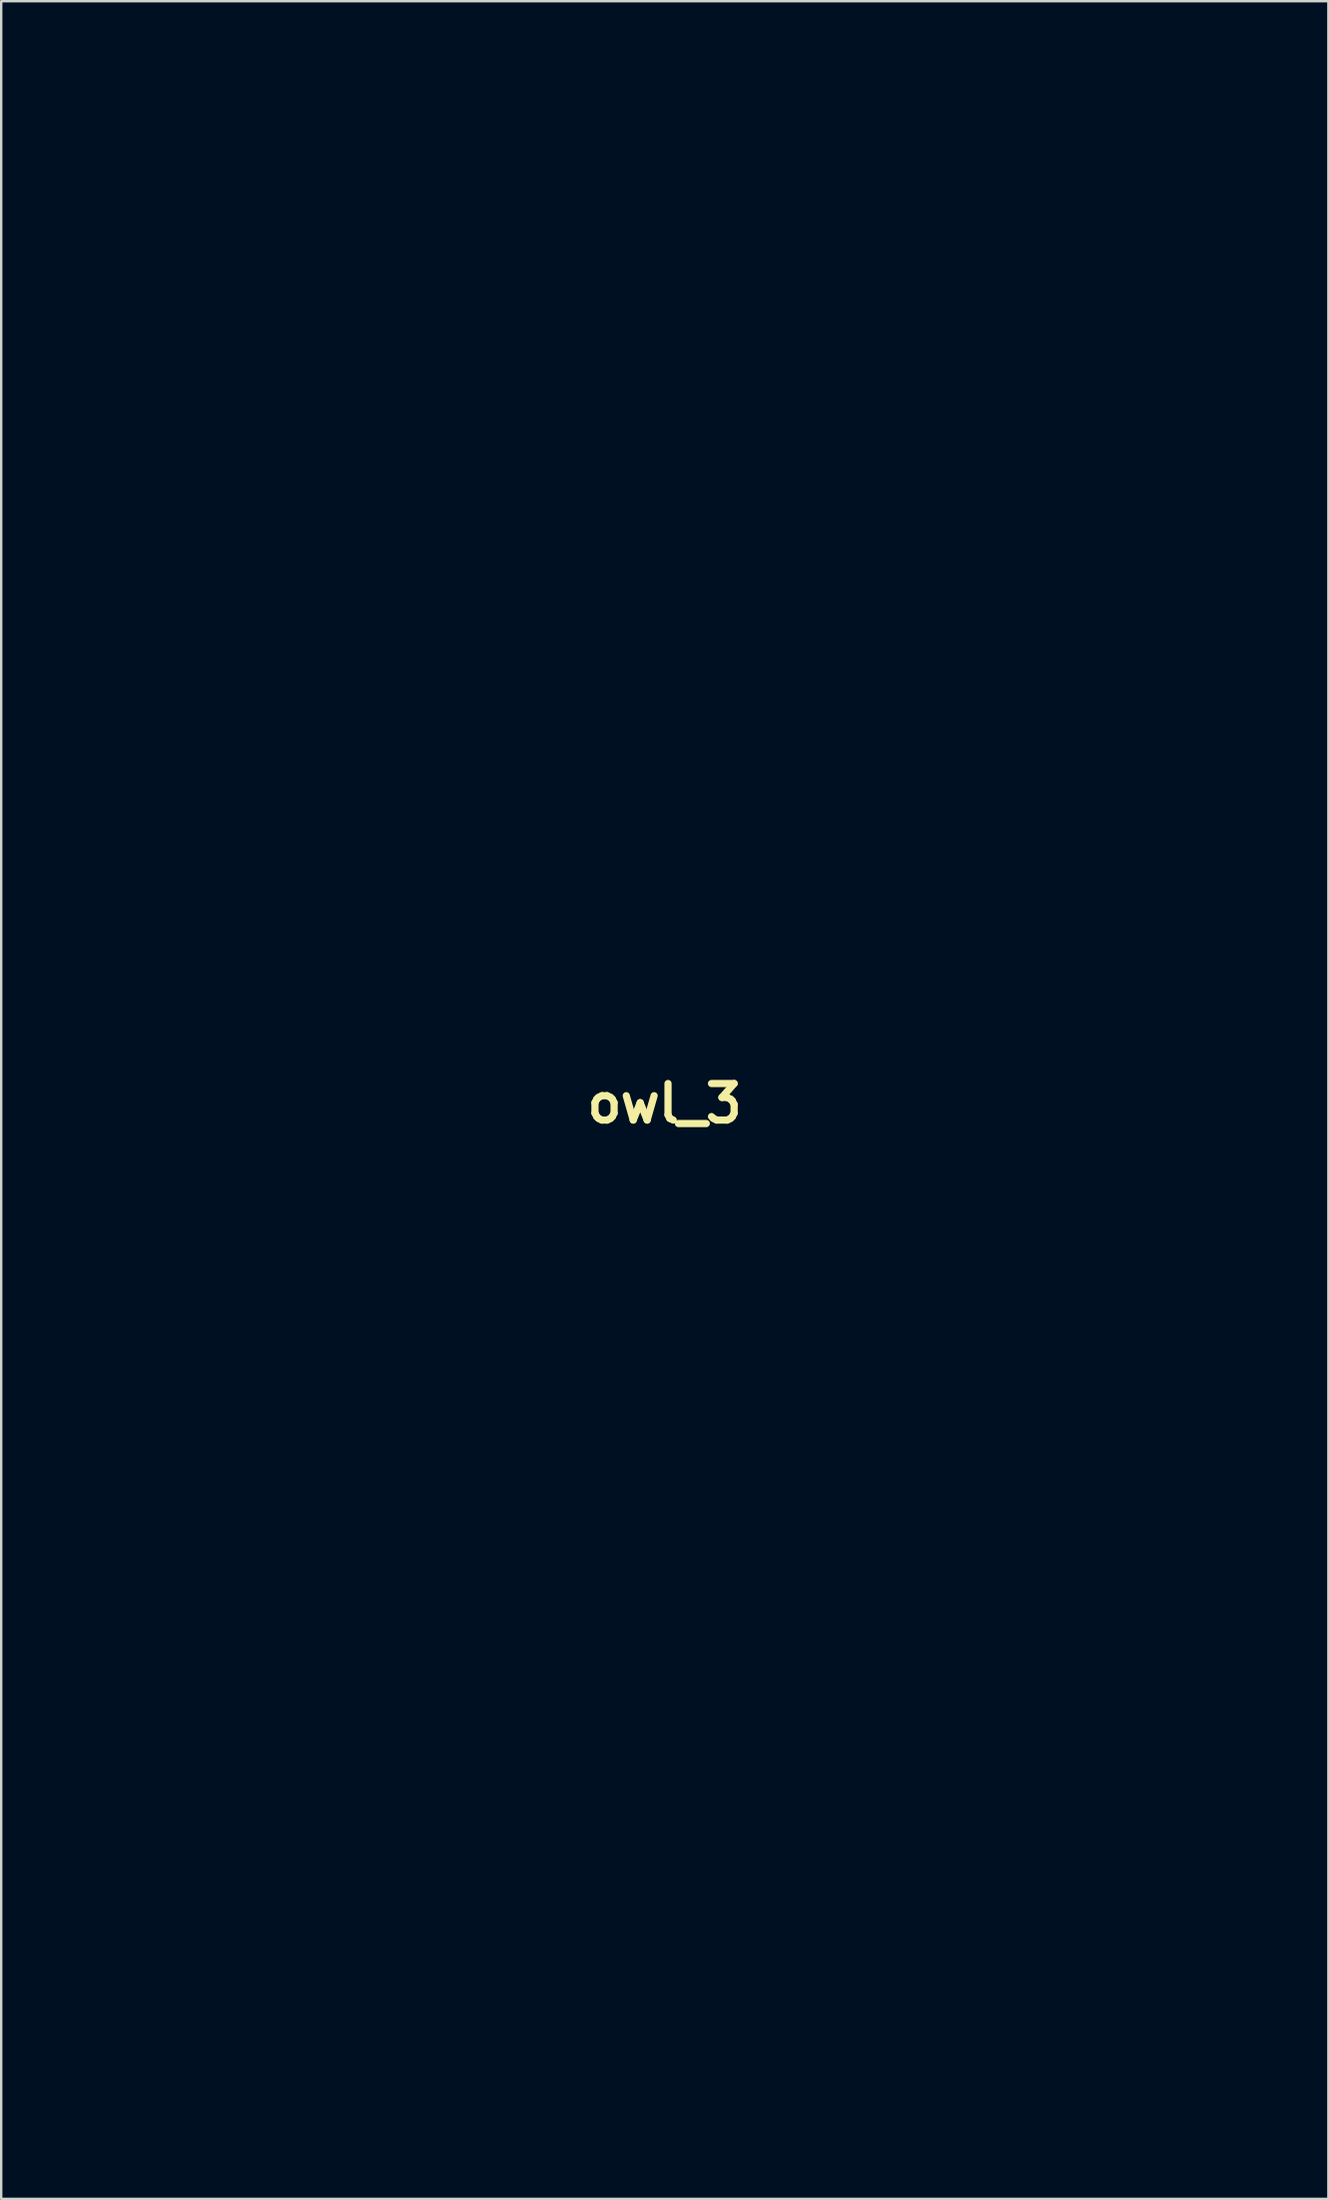
<source format=kicad_pcb>
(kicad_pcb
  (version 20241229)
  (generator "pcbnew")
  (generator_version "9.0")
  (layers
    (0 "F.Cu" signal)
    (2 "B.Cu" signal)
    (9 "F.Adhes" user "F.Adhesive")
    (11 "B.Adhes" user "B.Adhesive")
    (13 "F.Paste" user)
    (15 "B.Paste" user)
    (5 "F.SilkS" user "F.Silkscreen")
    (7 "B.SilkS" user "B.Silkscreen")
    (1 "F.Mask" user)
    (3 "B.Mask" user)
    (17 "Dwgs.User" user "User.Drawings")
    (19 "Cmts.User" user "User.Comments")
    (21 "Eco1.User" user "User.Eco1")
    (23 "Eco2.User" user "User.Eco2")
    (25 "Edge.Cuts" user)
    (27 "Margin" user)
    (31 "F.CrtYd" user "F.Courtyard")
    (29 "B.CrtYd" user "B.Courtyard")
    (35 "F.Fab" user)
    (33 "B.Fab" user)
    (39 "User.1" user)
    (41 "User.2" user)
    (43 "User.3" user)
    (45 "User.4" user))
  (footprint "owl_3"
    (layer "F.Cu")
    (at 24.676 42.985)
    (property "Reference" "owl_3" (at 0 0 0) (layer "F.SilkS") (effects (font (size 1.524 1.524) (thickness 0.3))))
    (attr through_hole)
    (fp_poly (pts (xy 24.646 12.123) (xy 24.631 14.729) (xy 24.386 17.696) (xy 24.17 19.473) (xy 23.999 20.63) (xy 23.999 13.95) (xy 23.877 10.45) (xy 23.414 7.41) (xy 23.273 6.841) (xy 22.852 5.388) (xy 22.378 4.059) (xy 21.795 2.754) (xy 21.045 1.374) (xy 20.071 -0.179) (xy 18.817 -2.003) (xy 17.225 -4.196) (xy 15.61 -6.361) (xy 14.692 -7.63) (xy 13.96 -8.725) (xy 13.508 -9.505) (xy 13.406 -9.789) (xy 13.58 -10.301) (xy 14.044 -11.236) (xy 14.71 -12.421) (xy 14.965 -12.849) (xy 16.411 -15.819) (xy 17.152 -18.807) (xy 17.21 -21.6) (xy 16.871 -23.287) (xy 16.111 -25.317) (xy 14.906 -27.742) (xy 13.233 -30.614) (xy 13.03 -30.943) (xy 11.943 -32.889) (xy 11.344 -34.52) (xy 11.207 -35.999) (xy 11.502 -37.493) (xy 11.789 -38.26) (xy 12.245 -39.76) (xy 12.302 -41.02) (xy 11.953 -41.879) (xy 11.924 -41.91) (xy 11.308 -42.192) (xy 10.352 -42.331) (xy 10.2 -42.333) (xy 8.958 -42.062) (xy 7.377 -41.28) (xy 5.544 -40.04) (xy 3.997 -38.787) (xy 3.467 -38.369) (xy 2.896 -38.047) (xy 2.166 -37.794) (xy 1.16 -37.582) (xy -0.242 -37.386) (xy -2.156 -37.176) (xy -3.649 -37.029) (xy -5.434 -36.841) (xy -7.157 -36.633) (xy -8.575 -36.435) (xy -9.205 -36.33) (xy -10.114 -36.192) (xy -10.88 -36.21) (xy -11.721 -36.428) (xy -12.856 -36.892) (xy -13.67 -37.263) (xy -15.539 -38.1) (xy -16.899 -38.639) (xy -17.865 -38.912) (xy -18.554 -38.952) (xy -19.08 -38.789) (xy -19.095 -38.781) (xy -19.615 -38.12) (xy -19.724 -36.961) (xy -19.428 -35.379) (xy -18.759 -33.514) (xy -18.31 -32.363) (xy -18.072 -31.377) (xy -18.071 -30.412) (xy -18.33 -29.32) (xy -18.873 -27.957) (xy -19.726 -26.176) (xy -20.116 -25.398) (xy -21.413 -22.459) (xy -22.154 -19.841) (xy -22.359 -17.456) (xy -22.233 -16.103) (xy -21.991 -14.842) (xy -21.668 -13.824) (xy -21.165 -12.851) (xy -20.381 -11.727) (xy -19.345 -10.412) (xy -18.237 -8.996) (xy -17.527 -7.878) (xy -17.206 -6.889) (xy -17.264 -5.86) (xy -17.692 -4.622) (xy -18.482 -3.008) (xy -18.898 -2.215) (xy -19.739 -0.648) (xy -20.519 0.765) (xy -21.147 1.864) (xy -21.52 2.469) (xy -22.767 4.744) (xy -23.564 7.339) (xy -23.92 10.314) (xy -23.84 13.73) (xy -23.332 17.649) (xy -23.293 17.874) (xy -22.735 20.652) (xy -22.085 23.242) (xy -21.384 25.502) (xy -20.675 27.294) (xy -20.218 28.157) (xy -19.848 28.851) (xy -19.306 29.989) (xy -18.689 31.365) (xy -18.474 31.861) (xy -17.536 33.848) (xy -16.663 35.286) (xy -15.889 36.127) (xy -15.373 36.335) (xy -14.987 36.064) (xy -14.37 35.362) (xy -13.791 34.572) (xy -13.112 33.638) (xy -12.565 32.999) (xy -12.309 32.808) (xy -12 33.141) (xy -11.692 34.063) (xy -11.41 35.455) (xy -11.181 37.201) (xy -11.086 38.276) (xy -10.972 39.659) (xy -10.856 40.791) (xy -10.759 41.469) (xy -10.742 41.54) (xy -10.287 41.904) (xy -9.32 41.917) (xy -7.934 41.59) (xy -6.526 41.063) (xy -5.03 40.439) (xy -4.018 40.08) (xy -3.33 39.966) (xy -2.804 40.078) (xy -2.278 40.396) (xy -2.106 40.522) (xy -1.602 40.843) (xy -1.025 41.058) (xy -0.227 41.188) (xy 0.939 41.253) (xy 2.62 41.274) (xy 3.249 41.275) (xy 7.585 41.275) (xy 8.643 40.024) (xy 9.33 39.27) (xy 9.843 38.976) (xy 10.436 39.04) (xy 10.812 39.164) (xy 11.898 39.391) (xy 13.183 39.458) (xy 13.458 39.445) (xy 14.416 39.339) (xy 14.874 39.091) (xy 15.039 38.53) (xy 15.073 38.1) (xy 15.173 36.904) (xy 15.326 35.455) (xy 15.511 33.913) (xy 15.708 32.436) (xy 15.894 31.183) (xy 16.049 30.314) (xy 16.152 29.986) (xy 16.152 29.986) (xy 16.453 30.229) (xy 17.068 30.861) (xy 17.713 31.574) (xy 18.496 32.418) (xy 19.106 32.994) (xy 19.369 33.161) (xy 19.652 32.852) (xy 20.094 32.027) (xy 20.634 30.84) (xy 21.205 29.443) (xy 21.745 27.99) (xy 22.189 26.635) (xy 22.384 25.929) (xy 23.247 21.817) (xy 23.787 17.781) (xy 23.999 13.95) (xy 23.999 20.63) (xy 23.732 22.434) (xy 23.244 24.905) (xy 22.652 27.1) (xy 21.903 29.235) (xy 21.455 30.339) (xy 20.741 31.995) (xy 20.197 33.051) (xy 19.732 33.564) (xy 19.255 33.589) (xy 18.675 33.184) (xy 17.979 32.485) (xy 17.188 31.709) (xy 16.595 31.23) (xy 16.36 31.147) (xy 16.271 31.551) (xy 16.166 32.509) (xy 16.059 33.873) (xy 15.974 35.271) (xy 15.823 37.361) (xy 15.622 38.785) (xy 15.364 39.584) (xy 15.266 39.717) (xy 14.489 40.081) (xy 13.272 40.203) (xy 11.841 40.075) (xy 11.007 39.884) (xy 10.189 39.727) (xy 9.603 39.924) (xy 8.928 40.584) (xy 8.922 40.59) (xy 7.997 41.628) (xy 3.205 41.617) (xy 1.091 41.592) (xy -0.424 41.521) (xy -1.445 41.396) (xy -2.077 41.204) (xy -2.272 41.087) (xy -2.825 40.74) (xy -3.391 40.619) (xy -4.137 40.748) (xy -5.23 41.148) (xy -6.35 41.628) (xy -8.177 42.34) (xy -9.511 42.642) (xy -10.429 42.544) (xy -10.9 42.2) (xy -11.12 41.645) (xy -11.362 40.579) (xy -11.584 39.195) (xy -11.661 38.584) (xy -11.844 37.062) (xy -12.025 35.717) (xy -12.173 34.772) (xy -12.212 34.572) (xy -12.407 33.69) (xy -13.073 34.511) (xy -13.802 35.442) (xy -14.392 36.228) (xy -14.882 36.814) (xy -15.329 36.916) (xy -16.055 36.602) (xy -16.1 36.579) (xy -16.571 36.247) (xy -17.053 35.689) (xy -17.606 34.806) (xy -18.29 33.498) (xy -19.164 31.667) (xy -19.481 30.981) (xy -20.623 28.485) (xy -21.509 26.485) (xy -22.185 24.84) (xy -22.696 23.408) (xy -23.088 22.046) (xy -23.407 20.615) (xy -23.699 18.972) (xy -24.008 16.989) (xy -24.328 14.779) (xy -24.531 13.096) (xy -24.626 11.775) (xy -24.622 10.649) (xy -24.527 9.551) (xy -24.445 8.937) (xy -24.314 8.079) (xy -24.166 7.325) (xy -23.958 6.581) (xy -23.65 5.751) (xy -23.199 4.738) (xy -22.566 3.447) (xy -21.707 1.781) (xy -20.583 -0.355) (xy -19.779 -1.87) (xy -18.84 -3.686) (xy -18.22 -5.007) (xy -17.876 -5.946) (xy -17.767 -6.612) (xy -17.809 -6.986) (xy -18.125 -7.682) (xy -18.773 -8.744) (xy -19.638 -9.989) (xy -20.083 -10.583) (xy -21.372 -12.36) (xy -22.222 -13.85) (xy -22.702 -15.258) (xy -22.879 -16.79) (xy -22.821 -18.651) (xy -22.809 -18.801) (xy -22.646 -20.319) (xy -22.37 -21.584) (xy -21.897 -22.871) (xy -21.144 -24.454) (xy -21.045 -24.649) (xy -20.28 -26.224) (xy -19.572 -27.806) (xy -19.036 -29.132) (xy -18.901 -29.518) (xy -18.573 -30.599) (xy -18.495 -31.336) (xy -18.689 -32.055) (xy -19.164 -33.046) (xy -19.99 -35.071) (xy -20.312 -36.788) (xy -20.165 -38.142) (xy -19.584 -39.077) (xy -18.606 -39.539) (xy -17.264 -39.471) (xy -15.596 -38.818) (xy -15.522 -38.779) (xy -13.694 -37.841) (xy -12.248 -37.251) (xy -10.982 -36.958) (xy -9.695 -36.915) (xy -8.363 -37.048) (xy -6.964 -37.23) (xy -5.121 -37.46) (xy -3.09 -37.705) (xy -1.415 -37.901) (xy 0.571 -38.153) (xy 1.962 -38.389) (xy 2.868 -38.637) (xy 3.398 -38.921) (xy 3.527 -39.048) (xy 4.394 -39.866) (xy 5.641 -40.786) (xy 7.054 -41.675) (xy 8.418 -42.402) (xy 9.52 -42.833) (xy 9.741 -42.882) (xy 10.855 -42.935) (xy 11.723 -42.599) (xy 12.084 -42.339) (xy 12.679 -41.754) (xy 12.967 -41.08) (xy 12.955 -40.161) (xy 12.653 -38.838) (xy 12.352 -37.834) (xy 11.921 -36.051) (xy 11.858 -34.681) (xy 11.889 -34.482) (xy 12.153 -33.736) (xy 12.675 -32.633) (xy 13.354 -31.353) (xy 14.088 -30.074) (xy 14.778 -28.975) (xy 15.321 -28.235) (xy 15.521 -28.046) (xy 15.779 -27.651) (xy 16.206 -26.756) (xy 16.726 -25.525) (xy 16.951 -24.952) (xy 17.514 -23.413) (xy 17.829 -22.251) (xy 17.943 -21.204) (xy 17.904 -20.01) (xy 17.884 -19.753) (xy 17.573 -17.507) (xy 16.983 -15.53) (xy 16.016 -13.547) (xy 15.18 -12.187) (xy 14.399 -10.874) (xy 13.988 -9.922) (xy 13.969 -9.453) (xy 14.28 -9.004) (xy 14.922 -8.121) (xy 15.802 -6.934) (xy 16.793 -5.611) (xy 18.869 -2.786) (xy 20.582 -0.302) (xy 21.902 1.792) (xy 22.799 3.45) (xy 23.186 4.415) (xy 23.937 7.171) (xy 24.42 9.672) (xy 24.646 12.123)) (stroke (width 0.1) (type solid)) (fill no) (layer "Eco2.User")))
  (gr_rect
    (start -3 -3)
    (end 52.372 88.678)
    (stroke (width 0.1) (type default))
    (fill no)
    (layer "Edge.Cuts")))
</source>
